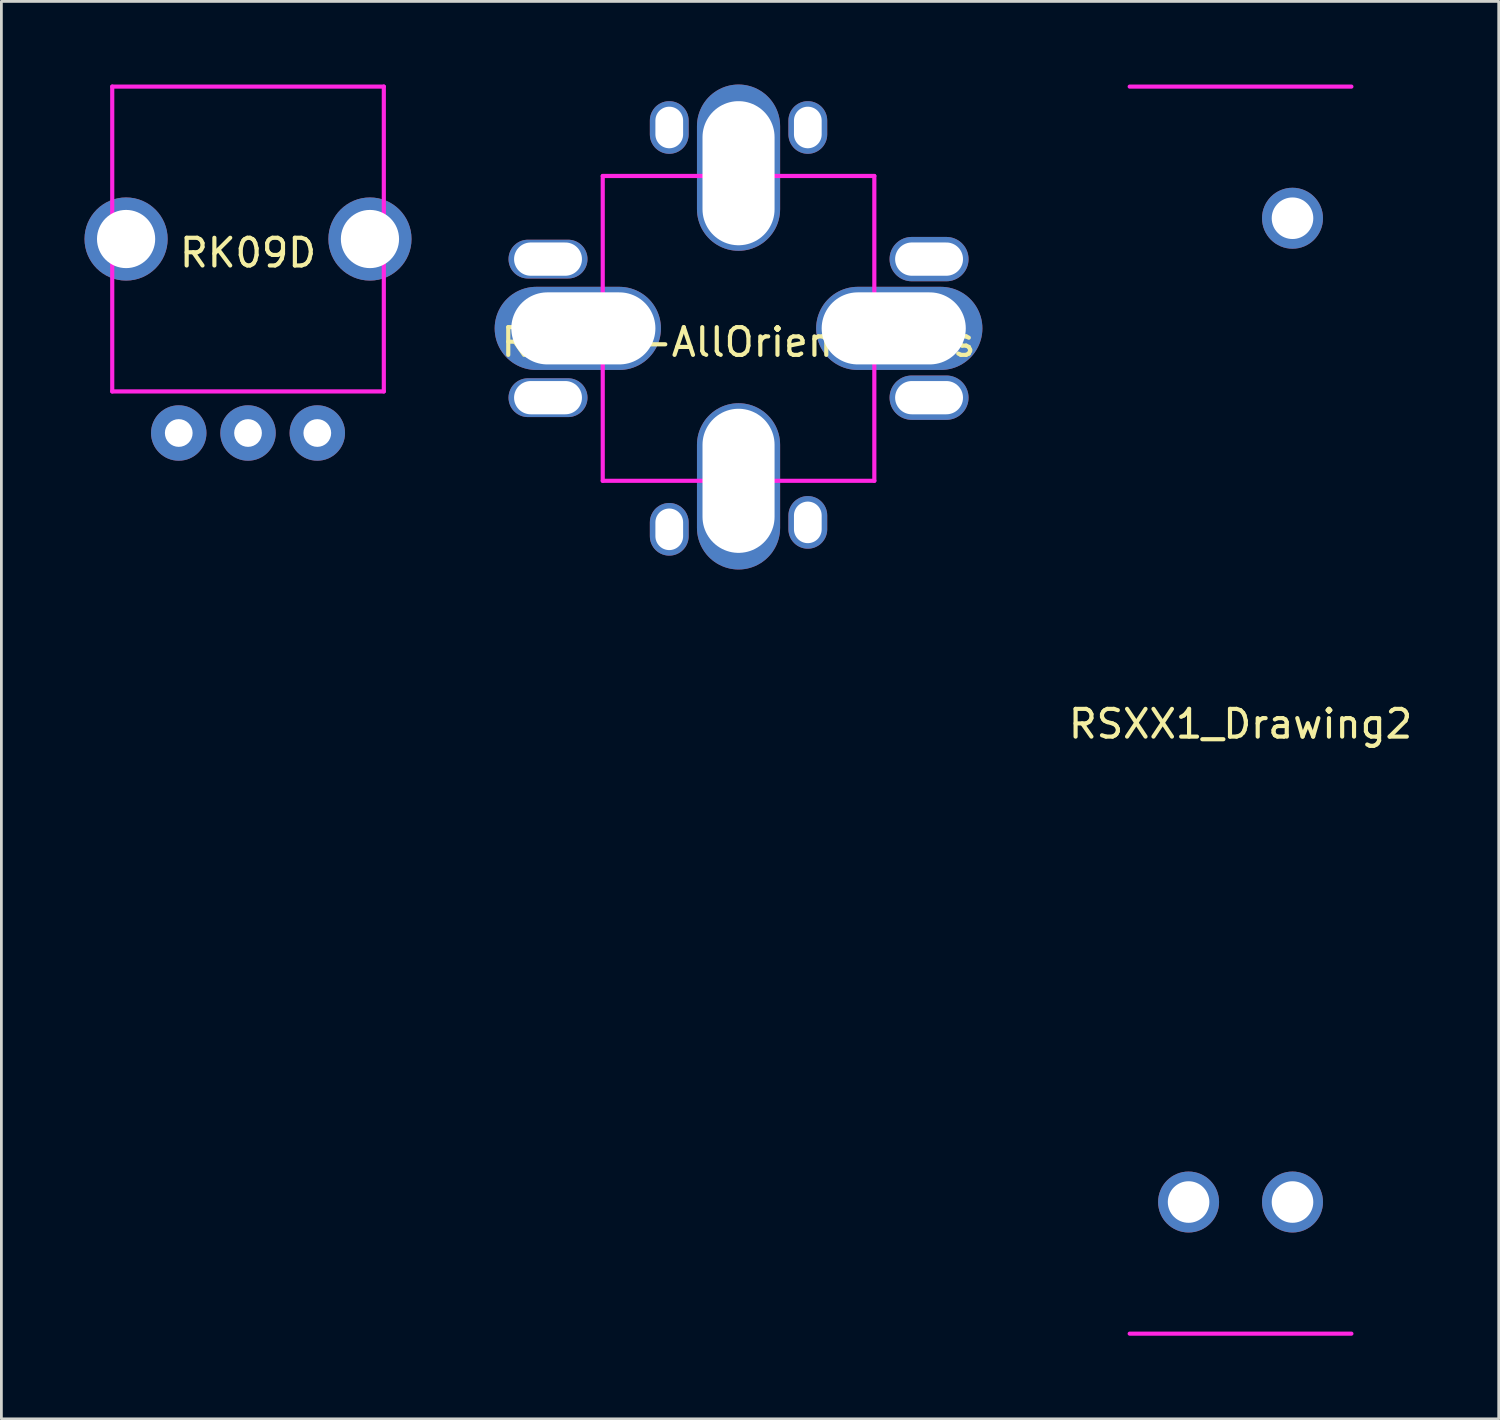
<source format=kicad_pcb>
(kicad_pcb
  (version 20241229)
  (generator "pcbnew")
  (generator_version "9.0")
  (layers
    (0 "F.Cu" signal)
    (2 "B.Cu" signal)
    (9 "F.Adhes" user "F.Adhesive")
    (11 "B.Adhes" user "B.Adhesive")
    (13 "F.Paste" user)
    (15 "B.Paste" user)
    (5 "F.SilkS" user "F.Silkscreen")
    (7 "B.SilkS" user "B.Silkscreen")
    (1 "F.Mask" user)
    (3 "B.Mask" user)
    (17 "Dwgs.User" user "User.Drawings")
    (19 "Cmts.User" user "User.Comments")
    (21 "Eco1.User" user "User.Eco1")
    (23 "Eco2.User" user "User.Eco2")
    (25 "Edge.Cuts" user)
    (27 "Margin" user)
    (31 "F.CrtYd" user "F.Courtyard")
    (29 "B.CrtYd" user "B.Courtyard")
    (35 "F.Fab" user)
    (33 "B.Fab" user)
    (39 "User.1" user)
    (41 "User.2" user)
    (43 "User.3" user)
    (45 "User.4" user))
  (footprint "RK09D-AllOrientations"
    (layer "F.Cu")
    (at 23.6 8.8)
    (property "Reference" "RK09D-AllOrientations" (at 0 0.5 0) (layer "F.SilkS") (effects (font (size 1 1) (thickness 0.15))))
    (attr through_hole)
    (fp_line (start -4.9 -5.5) (end 4.9 -5.5) (stroke (width 0.15) (type solid)) (layer "F.CrtYd"))
    (fp_line (start -4.9 5.5) (end -4.9 -5.5) (stroke (width 0.15) (type solid)) (layer "F.CrtYd"))
    (fp_line (start 4.9 -5.5) (end 4.9 5.5) (stroke (width 0.15) (type solid)) (layer "F.CrtYd"))
    (fp_line (start 4.9 5.5) (end -4.9 5.5) (stroke (width 0.15) (type solid)) (layer "F.CrtYd"))
    (pad "A" thru_hole oval (at -6.875 -2.5) (size 2.85 1.4) (drill oval 2.45 1.2) (layers "*.Cu" "*.Mask"))
    (pad "A" thru_hole oval (at -2.5 -7.25) (size 1.4 1.9) (drill oval 1 1.5) (layers "*.Cu" "*.Mask"))
    (pad "B" thru_hole oval (at -6.875 2.5) (size 2.85 1.4) (drill oval 2.45 1.2) (layers "*.Cu" "*.Mask"))
    (pad "B" thru_hole oval (at 2.5 -7.25) (size 1.4 1.9) (drill oval 1 1.5) (layers "*.Cu" "*.Mask"))
    (pad "C" thru_hole oval (at -5.6 0) (size 6 3) (drill oval 5.2 2.6 (offset -0.2 0)) (layers "*.Cu" "*.Mask"))
    (pad "C" thru_hole oval (at 0 -5.6 270) (size 6 3) (drill oval 5.2 2.6 (offset -0.2 0)) (layers "*.Cu" "*.Mask"))
    (pad "C" thru_hole oval (at 0 5.5 90) (size 6 3) (drill oval 5.2 2.6 (offset -0.2 0)) (layers "*.Cu" "*.Mask"))
    (pad "C" thru_hole oval (at 5.6 0 180) (size 6 3) (drill oval 5.2 2.6 (offset -0.2 0)) (layers "*.Cu" "*.Mask"))
    (pad "S1" thru_hole oval (at -2.5 7.25) (size 1.4 1.9) (drill oval 1 1.5) (layers "*.Cu" "*.Mask"))
    (pad "S1" thru_hole oval (at 6.875 -2.5) (size 2.85 1.6) (drill oval 2.45 1.2) (layers "*.Cu" "*.Mask"))
    (pad "S2" thru_hole oval (at 2.5 7) (size 1.4 1.9) (drill oval 1 1.5) (layers "*.Cu" "*.Mask"))
    (pad "S2" thru_hole oval (at 6.875 2.5) (size 2.85 1.6) (drill oval 2.45 1.2) (layers "*.Cu" "*.Mask")))
  (footprint "RK09D"
    (layer "F.Cu")
    (at 5.9 5.575)
    (property "Reference" "RK09D" (at 0 0.5 0) (layer "F.SilkS") (effects (font (size 1 1) (thickness 0.15))))
    (attr through_hole)
    (fp_line (start -4.9 -5.5) (end 4.9 -5.5) (stroke (width 0.15) (type solid)) (layer "F.CrtYd"))
    (fp_line (start -4.9 5.5) (end -4.9 -5.5) (stroke (width 0.15) (type solid)) (layer "F.CrtYd"))
    (fp_line (start 4.9 -5.5) (end 4.9 5.5) (stroke (width 0.15) (type solid)) (layer "F.CrtYd"))
    (fp_line (start 4.9 5.5) (end -4.9 5.5) (stroke (width 0.15) (type solid)) (layer "F.CrtYd"))
    (pad "1" thru_hole circle (at -4.4 0) (size 3 3) (drill 2.1) (layers "*.Cu" "*.Mask"))
    (pad "1" thru_hole circle (at -2.5 7) (size 2 2) (drill 1) (layers "*.Cu" "*.Mask"))
    (pad "1" thru_hole circle (at 4.4 0) (size 3 3) (drill 2.1) (layers "*.Cu" "*.Mask"))
    (pad "2" thru_hole circle (at 0 7) (size 2 2) (drill 1) (layers "*.Cu" "*.Mask"))
    (pad "3" thru_hole circle (at 2.5 7) (size 2 2) (drill 1) (layers "*.Cu" "*.Mask")))
  (footprint "RSXX1_Drawing2"
    (layer "F.Cu")
    (at 41.715 22.575)
    (property "Reference" "RSXX1_Drawing2" (at 0 0.5 0) (layer "F.SilkS") (effects (font (size 1 1) (thickness 0.15))))
    (attr through_hole)
    (fp_line (start -4 -22.5) (end 4 -22.5) (stroke (width 0.15) (type solid)) (layer "F.CrtYd"))
    (fp_line (start -4 22.5) (end 4 22.5) (stroke (width 0.15) (type solid)) (layer "F.CrtYd"))
    (pad "1" thru_hole circle (at 1.875 17.75) (size 2.2 2.2) (drill 1.5) (layers "*.Cu" "*.Mask"))
    (pad "2" thru_hole circle (at -1.875 17.75) (size 2.2 2.2) (drill 1.5) (layers "*.Cu" "*.Mask"))
    (pad "3" thru_hole circle (at 1.875 -17.75) (size 2.2 2.2) (drill 1.5) (layers "*.Cu" "*.Mask")))
  (gr_rect
    (start -3 -3)
    (end 51.031 48.15)
    (stroke (width 0.1) (type default))
    (fill no)
    (layer "Edge.Cuts")))
</source>
